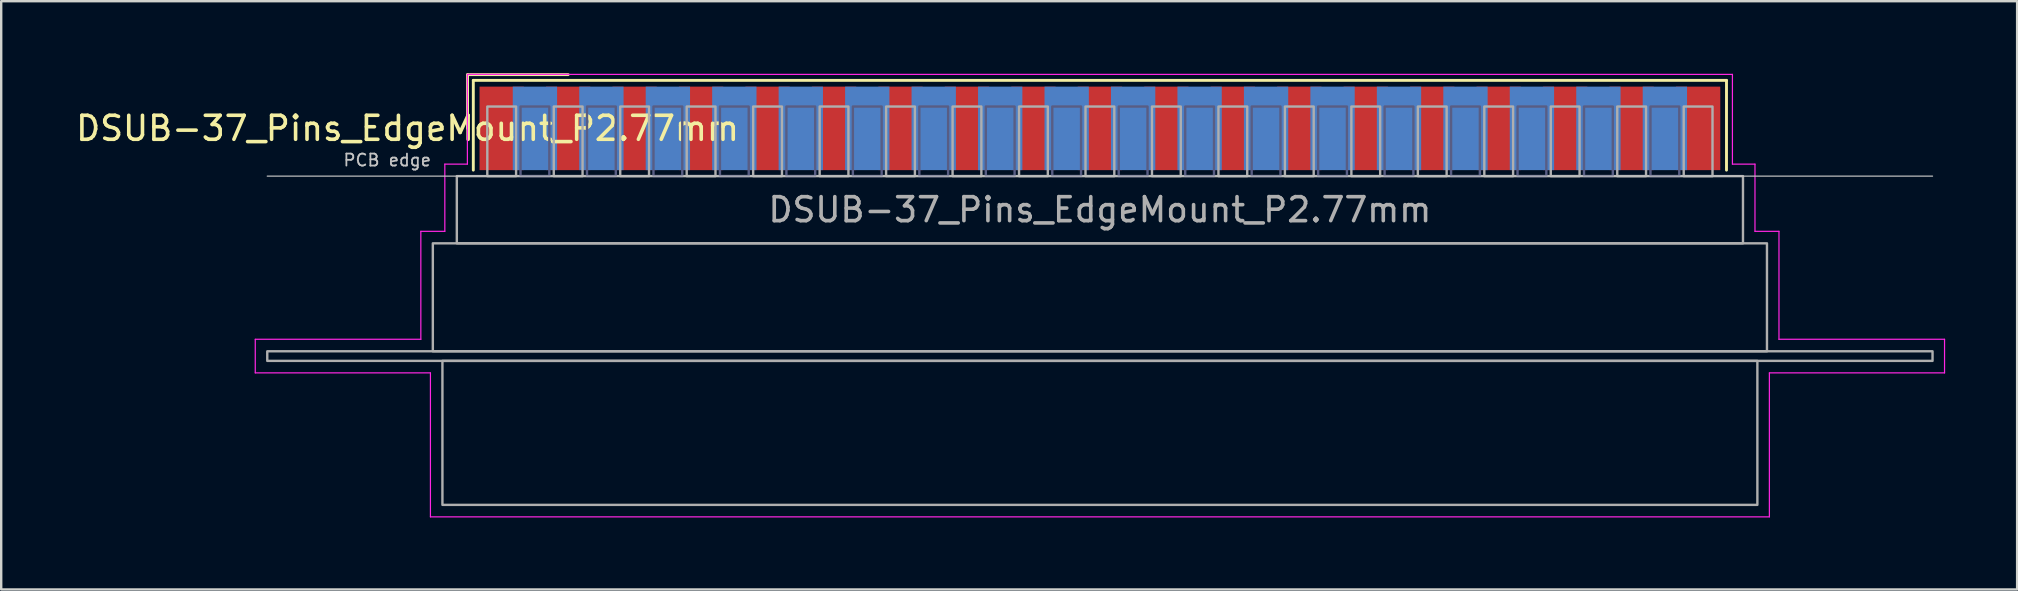
<source format=kicad_pcb>
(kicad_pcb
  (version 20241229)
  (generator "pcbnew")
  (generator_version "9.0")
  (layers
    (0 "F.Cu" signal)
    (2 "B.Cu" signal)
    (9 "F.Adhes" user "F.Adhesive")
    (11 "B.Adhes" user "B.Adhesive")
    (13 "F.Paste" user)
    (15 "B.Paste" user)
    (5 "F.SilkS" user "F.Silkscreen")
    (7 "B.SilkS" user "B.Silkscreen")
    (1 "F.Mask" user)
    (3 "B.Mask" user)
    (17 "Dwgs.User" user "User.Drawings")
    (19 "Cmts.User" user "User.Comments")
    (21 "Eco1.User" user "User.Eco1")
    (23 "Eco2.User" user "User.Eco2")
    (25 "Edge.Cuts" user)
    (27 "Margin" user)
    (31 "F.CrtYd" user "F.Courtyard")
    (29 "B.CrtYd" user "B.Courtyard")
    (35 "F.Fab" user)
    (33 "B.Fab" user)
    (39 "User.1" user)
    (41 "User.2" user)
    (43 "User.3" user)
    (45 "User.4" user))
  (footprint "DSUB-37_Pins_EdgeMount_P2.77mm"
    (layer "F.Cu")
    (at 42.788 2.3)
    (property "Reference" "DSUB-37_Pins_EdgeMount_P2.77mm" (at -28.853 0 0) (layer "F.SilkS") (effects (font (size 1 1) (thickness 0.15))))
    (attr smd)
    (fp_line (start -26.353 -2.24) (end -22.16 -2.24) (stroke (width 0.12) (type solid)) (layer "F.SilkS"))
    (fp_line (start -26.353 0) (end -26.353 -2.24) (stroke (width 0.12) (type solid)) (layer "F.SilkS"))
    (fp_line (start -26.113 -2) (end -26.113 1.74) (stroke (width 0.12) (type solid)) (layer "F.SilkS"))
    (fp_line (start 26.113 -2) (end -26.113 -2) (stroke (width 0.12) (type solid)) (layer "F.SilkS"))
    (fp_line (start 26.113 1.74) (end 26.113 -2) (stroke (width 0.12) (type solid)) (layer "F.SilkS"))
    (fp_line (start -34.7 1.99) (end 34.7 1.99) (stroke (width 0.05) (type solid)) (layer "Dwgs.User"))
    (fp_line (start -35.2 8.79) (end -28.3 8.79) (stroke (width 0.05) (type solid)) (layer "F.CrtYd"))
    (fp_line (start -35.2 10.19) (end -35.2 8.79) (stroke (width 0.05) (type solid)) (layer "F.CrtYd"))
    (fp_line (start -28.3 4.29) (end -27.3 4.29) (stroke (width 0.05) (type solid)) (layer "F.CrtYd"))
    (fp_line (start -28.3 8.79) (end -28.3 4.29) (stroke (width 0.05) (type solid)) (layer "F.CrtYd"))
    (fp_line (start -27.9 10.19) (end -35.2 10.19) (stroke (width 0.05) (type solid)) (layer "F.CrtYd"))
    (fp_line (start -27.9 16.19) (end -27.9 10.19) (stroke (width 0.05) (type solid)) (layer "F.CrtYd"))
    (fp_line (start -27.3 1.49) (end -26.36 1.49) (stroke (width 0.05) (type solid)) (layer "F.CrtYd"))
    (fp_line (start -27.3 4.29) (end -27.3 1.49) (stroke (width 0.05) (type solid)) (layer "F.CrtYd"))
    (fp_line (start -26.36 -2.25) (end 26.36 -2.25) (stroke (width 0.05) (type solid)) (layer "F.CrtYd"))
    (fp_line (start -26.36 1.49) (end -26.36 -2.25) (stroke (width 0.05) (type solid)) (layer "F.CrtYd"))
    (fp_line (start 26.36 -2.25) (end 26.36 1.49) (stroke (width 0.05) (type solid)) (layer "F.CrtYd"))
    (fp_line (start 26.36 1.49) (end 27.3 1.49) (stroke (width 0.05) (type solid)) (layer "F.CrtYd"))
    (fp_line (start 27.3 1.49) (end 27.3 4.29) (stroke (width 0.05) (type solid)) (layer "F.CrtYd"))
    (fp_line (start 27.3 4.29) (end 28.3 4.29) (stroke (width 0.05) (type solid)) (layer "F.CrtYd"))
    (fp_line (start 27.9 10.19) (end 27.9 16.19) (stroke (width 0.05) (type solid)) (layer "F.CrtYd"))
    (fp_line (start 27.9 16.19) (end -27.9 16.19) (stroke (width 0.05) (type solid)) (layer "F.CrtYd"))
    (fp_line (start 28.3 4.29) (end 28.3 8.79) (stroke (width 0.05) (type solid)) (layer "F.CrtYd"))
    (fp_line (start 28.3 8.79) (end 35.2 8.79) (stroke (width 0.05) (type solid)) (layer "F.CrtYd"))
    (fp_line (start 35.2 8.79) (end 35.2 10.19) (stroke (width 0.05) (type solid)) (layer "F.CrtYd"))
    (fp_line (start 35.2 10.19) (end 27.9 10.19) (stroke (width 0.05) (type solid)) (layer "F.CrtYd"))
    (fp_rect (start -24.145 -0.91) (end -22.945 1.99) (stroke (width 0.1) (type solid)) (fill no) (layer "B.Fab"))
    (fp_rect (start -21.375 -0.91) (end -20.175 1.99) (stroke (width 0.1) (type solid)) (fill no) (layer "B.Fab"))
    (fp_rect (start -18.605 -0.91) (end -17.405 1.99) (stroke (width 0.1) (type solid)) (fill no) (layer "B.Fab"))
    (fp_rect (start -15.835 -0.91) (end -14.635 1.99) (stroke (width 0.1) (type solid)) (fill no) (layer "B.Fab"))
    (fp_rect (start -13.065 -0.91) (end -11.865 1.99) (stroke (width 0.1) (type solid)) (fill no) (layer "B.Fab"))
    (fp_rect (start -10.295 -0.91) (end -9.095 1.99) (stroke (width 0.1) (type solid)) (fill no) (layer "B.Fab"))
    (fp_rect (start -7.525 -0.91) (end -6.325 1.99) (stroke (width 0.1) (type solid)) (fill no) (layer "B.Fab"))
    (fp_rect (start -4.755 -0.91) (end -3.555 1.99) (stroke (width 0.1) (type solid)) (fill no) (layer "B.Fab"))
    (fp_rect (start -1.985 -0.91) (end -0.785 1.99) (stroke (width 0.1) (type solid)) (fill no) (layer "B.Fab"))
    (fp_rect (start 0.785 -0.91) (end 1.985 1.99) (stroke (width 0.1) (type solid)) (fill no) (layer "B.Fab"))
    (fp_rect (start 3.555 -0.91) (end 4.755 1.99) (stroke (width 0.1) (type solid)) (fill no) (layer "B.Fab"))
    (fp_rect (start 6.325 -0.91) (end 7.525 1.99) (stroke (width 0.1) (type solid)) (fill no) (layer "B.Fab"))
    (fp_rect (start 9.095 -0.91) (end 10.295 1.99) (stroke (width 0.1) (type solid)) (fill no) (layer "B.Fab"))
    (fp_rect (start 11.865 -0.91) (end 13.065 1.99) (stroke (width 0.1) (type solid)) (fill no) (layer "B.Fab"))
    (fp_rect (start 14.635 -0.91) (end 15.835 1.99) (stroke (width 0.1) (type solid)) (fill no) (layer "B.Fab"))
    (fp_rect (start 17.405 -0.91) (end 18.605 1.99) (stroke (width 0.1) (type solid)) (fill no) (layer "B.Fab"))
    (fp_rect (start 20.175 -0.91) (end 21.375 1.99) (stroke (width 0.1) (type solid)) (fill no) (layer "B.Fab"))
    (fp_rect (start 22.945 -0.91) (end 24.145 1.99) (stroke (width 0.1) (type solid)) (fill no) (layer "B.Fab"))
    (fp_rect (start -34.7 9.29) (end 34.7 9.69) (stroke (width 0.1) (type solid)) (fill no) (layer "F.Fab"))
    (fp_rect (start -27.8 4.79) (end 27.8 9.29) (stroke (width 0.1) (type solid)) (fill no) (layer "F.Fab"))
    (fp_rect (start -27.4 9.69) (end 27.4 15.69) (stroke (width 0.1) (type solid)) (fill no) (layer "F.Fab"))
    (fp_rect (start -26.8 1.99) (end 26.8 4.79) (stroke (width 0.1) (type solid)) (fill no) (layer "F.Fab"))
    (fp_rect (start -25.53 -0.91) (end -24.33 1.99) (stroke (width 0.1) (type solid)) (fill no) (layer "F.Fab"))
    (fp_rect (start -22.76 -0.91) (end -21.56 1.99) (stroke (width 0.1) (type solid)) (fill no) (layer "F.Fab"))
    (fp_rect (start -19.99 -0.91) (end -18.79 1.99) (stroke (width 0.1) (type solid)) (fill no) (layer "F.Fab"))
    (fp_rect (start -17.22 -0.91) (end -16.02 1.99) (stroke (width 0.1) (type solid)) (fill no) (layer "F.Fab"))
    (fp_rect (start -14.45 -0.91) (end -13.25 1.99) (stroke (width 0.1) (type solid)) (fill no) (layer "F.Fab"))
    (fp_rect (start -11.68 -0.91) (end -10.48 1.99) (stroke (width 0.1) (type solid)) (fill no) (layer "F.Fab"))
    (fp_rect (start -8.91 -0.91) (end -7.71 1.99) (stroke (width 0.1) (type solid)) (fill no) (layer "F.Fab"))
    (fp_rect (start -6.14 -0.91) (end -4.94 1.99) (stroke (width 0.1) (type solid)) (fill no) (layer "F.Fab"))
    (fp_rect (start -3.37 -0.91) (end -2.17 1.99) (stroke (width 0.1) (type solid)) (fill no) (layer "F.Fab"))
    (fp_rect (start -0.6 -0.91) (end 0.6 1.99) (stroke (width 0.1) (type solid)) (fill no) (layer "F.Fab"))
    (fp_rect (start 2.17 -0.91) (end 3.37 1.99) (stroke (width 0.1) (type solid)) (fill no) (layer "F.Fab"))
    (fp_rect (start 4.94 -0.91) (end 6.14 1.99) (stroke (width 0.1) (type solid)) (fill no) (layer "F.Fab"))
    (fp_rect (start 7.71 -0.91) (end 8.91 1.99) (stroke (width 0.1) (type solid)) (fill no) (layer "F.Fab"))
    (fp_rect (start 10.48 -0.91) (end 11.68 1.99) (stroke (width 0.1) (type solid)) (fill no) (layer "F.Fab"))
    (fp_rect (start 13.25 -0.91) (end 14.45 1.99) (stroke (width 0.1) (type solid)) (fill no) (layer "F.Fab"))
    (fp_rect (start 16.02 -0.91) (end 17.22 1.99) (stroke (width 0.1) (type solid)) (fill no) (layer "F.Fab"))
    (fp_rect (start 18.79 -0.91) (end 19.99 1.99) (stroke (width 0.1) (type solid)) (fill no) (layer "F.Fab"))
    (fp_rect (start 21.56 -0.91) (end 22.76 1.99) (stroke (width 0.1) (type solid)) (fill no) (layer "F.Fab"))
    (fp_rect (start 24.33 -0.91) (end 25.53 1.99) (stroke (width 0.1) (type solid)) (fill no) (layer "F.Fab"))
    (fp_text user "PCB edge" (at -29.7 1.323 0) (layer "Dwgs.User") (effects (font (size 0.5 0.5) (thickness 0.075))))
    (fp_text user "${REFERENCE}" (at 0 3.39 0) (layer "F.Fab") (effects (font (size 1 1) (thickness 0.15))))
    (pad "1" smd rect (at -24.93 0) (size 1.847 3.48) (layers "F.Cu" "F.Mask" "F.Paste"))
    (pad "2" smd rect (at -22.16 0) (size 1.847 3.48) (layers "F.Cu" "F.Mask" "F.Paste"))
    (pad "3" smd rect (at -19.39 0) (size 1.847 3.48) (layers "F.Cu" "F.Mask" "F.Paste"))
    (pad "4" smd rect (at -16.62 0) (size 1.847 3.48) (layers "F.Cu" "F.Mask" "F.Paste"))
    (pad "5" smd rect (at -13.85 0) (size 1.847 3.48) (layers "F.Cu" "F.Mask" "F.Paste"))
    (pad "6" smd rect (at -11.08 0) (size 1.847 3.48) (layers "F.Cu" "F.Mask" "F.Paste"))
    (pad "7" smd rect (at -8.31 0) (size 1.847 3.48) (layers "F.Cu" "F.Mask" "F.Paste"))
    (pad "8" smd rect (at -5.54 0) (size 1.847 3.48) (layers "F.Cu" "F.Mask" "F.Paste"))
    (pad "9" smd rect (at -2.77 0) (size 1.847 3.48) (layers "F.Cu" "F.Mask" "F.Paste"))
    (pad "10" smd rect (at 0 0) (size 1.847 3.48) (layers "F.Cu" "F.Mask" "F.Paste"))
    (pad "11" smd rect (at 2.77 0) (size 1.847 3.48) (layers "F.Cu" "F.Mask" "F.Paste"))
    (pad "12" smd rect (at 5.54 0) (size 1.847 3.48) (layers "F.Cu" "F.Mask" "F.Paste"))
    (pad "13" smd rect (at 8.31 0) (size 1.847 3.48) (layers "F.Cu" "F.Mask" "F.Paste"))
    (pad "14" smd rect (at 11.08 0) (size 1.847 3.48) (layers "F.Cu" "F.Mask" "F.Paste"))
    (pad "15" smd rect (at 13.85 0) (size 1.847 3.48) (layers "F.Cu" "F.Mask" "F.Paste"))
    (pad "16" smd rect (at 16.62 0) (size 1.847 3.48) (layers "F.Cu" "F.Mask" "F.Paste"))
    (pad "17" smd rect (at 19.39 0) (size 1.847 3.48) (layers "F.Cu" "F.Mask" "F.Paste"))
    (pad "18" smd rect (at 22.16 0) (size 1.847 3.48) (layers "F.Cu" "F.Mask" "F.Paste"))
    (pad "19" smd rect (at 24.93 0) (size 1.847 3.48) (layers "F.Cu" "F.Mask" "F.Paste"))
    (pad "20" smd rect (at -23.545 0) (size 1.847 3.48) (layers "B.Cu" "B.Mask" "B.Paste"))
    (pad "21" smd rect (at -20.775 0) (size 1.847 3.48) (layers "B.Cu" "B.Mask" "B.Paste"))
    (pad "22" smd rect (at -18.005 0) (size 1.847 3.48) (layers "B.Cu" "B.Mask" "B.Paste"))
    (pad "23" smd rect (at -15.235 0) (size 1.847 3.48) (layers "B.Cu" "B.Mask" "B.Paste"))
    (pad "24" smd rect (at -12.465 0) (size 1.847 3.48) (layers "B.Cu" "B.Mask" "B.Paste"))
    (pad "25" smd rect (at -9.695 0) (size 1.847 3.48) (layers "B.Cu" "B.Mask" "B.Paste"))
    (pad "26" smd rect (at -6.925 0) (size 1.847 3.48) (layers "B.Cu" "B.Mask" "B.Paste"))
    (pad "27" smd rect (at -4.155 0) (size 1.847 3.48) (layers "B.Cu" "B.Mask" "B.Paste"))
    (pad "28" smd rect (at -1.385 0) (size 1.847 3.48) (layers "B.Cu" "B.Mask" "B.Paste"))
    (pad "29" smd rect (at 1.385 0) (size 1.847 3.48) (layers "B.Cu" "B.Mask" "B.Paste"))
    (pad "30" smd rect (at 4.155 0) (size 1.847 3.48) (layers "B.Cu" "B.Mask" "B.Paste"))
    (pad "31" smd rect (at 6.925 0) (size 1.847 3.48) (layers "B.Cu" "B.Mask" "B.Paste"))
    (pad "32" smd rect (at 9.695 0) (size 1.847 3.48) (layers "B.Cu" "B.Mask" "B.Paste"))
    (pad "33" smd rect (at 12.465 0) (size 1.847 3.48) (layers "B.Cu" "B.Mask" "B.Paste"))
    (pad "34" smd rect (at 15.235 0) (size 1.847 3.48) (layers "B.Cu" "B.Mask" "B.Paste"))
    (pad "35" smd rect (at 18.005 0) (size 1.847 3.48) (layers "B.Cu" "B.Mask" "B.Paste"))
    (pad "36" smd rect (at 20.775 0) (size 1.847 3.48) (layers "B.Cu" "B.Mask" "B.Paste"))
    (pad "37" smd rect (at 23.545 0) (size 1.847 3.48) (layers "B.Cu" "B.Mask" "B.Paste")))
  (gr_rect
    (start -3 -3)
    (end 81.013 21.515)
    (stroke (width 0.1) (type default))
    (fill no)
    (layer "Edge.Cuts")))
</source>
